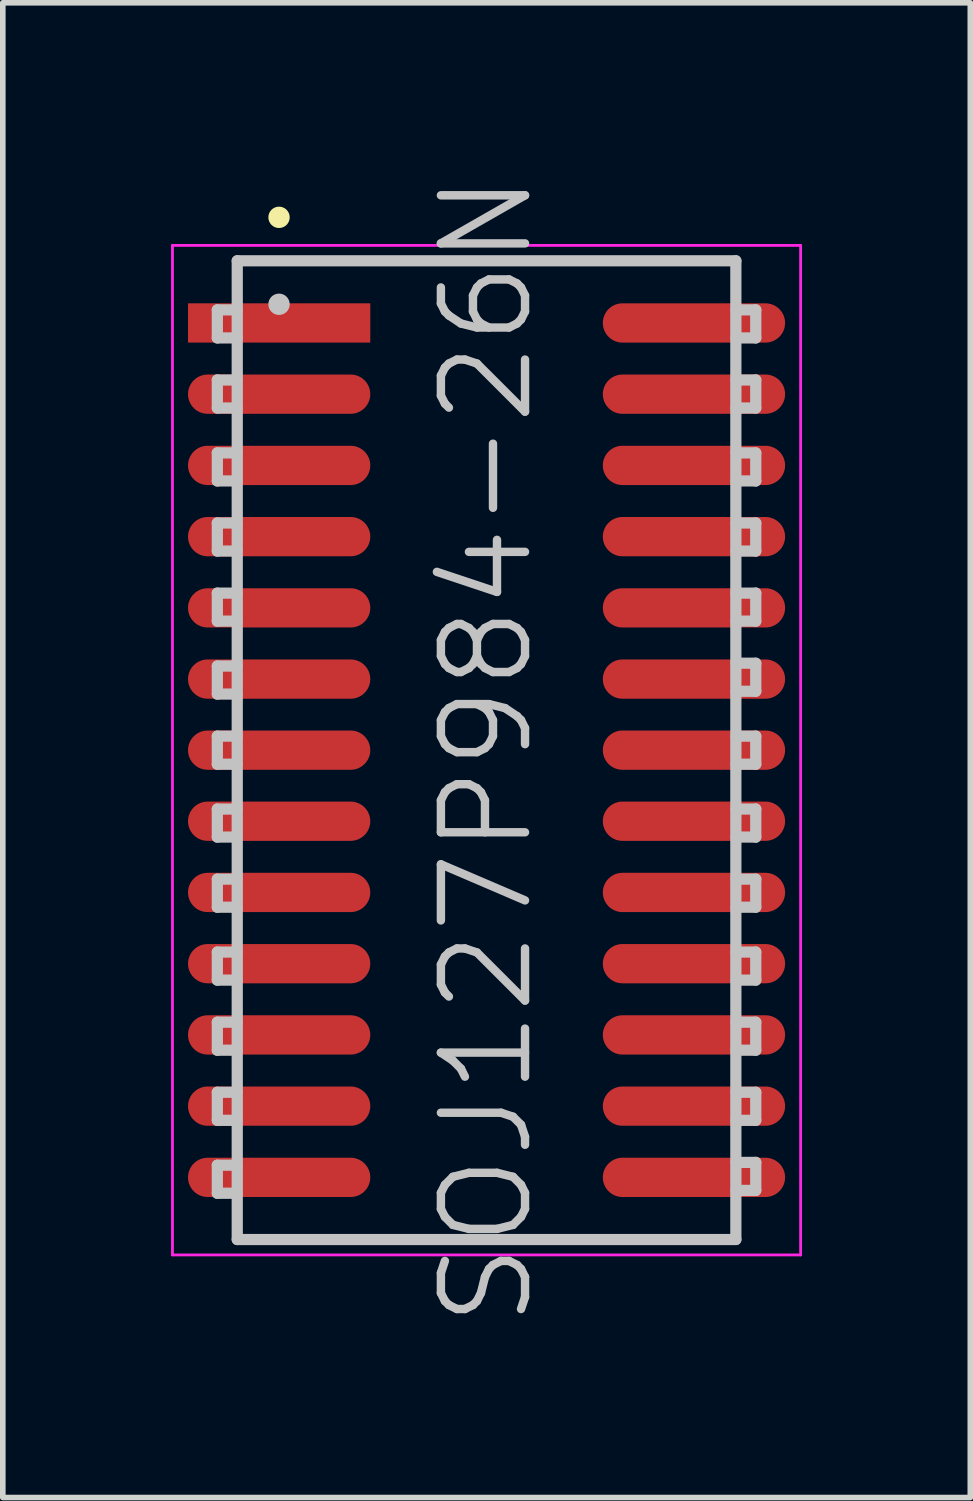
<source format=kicad_pcb>
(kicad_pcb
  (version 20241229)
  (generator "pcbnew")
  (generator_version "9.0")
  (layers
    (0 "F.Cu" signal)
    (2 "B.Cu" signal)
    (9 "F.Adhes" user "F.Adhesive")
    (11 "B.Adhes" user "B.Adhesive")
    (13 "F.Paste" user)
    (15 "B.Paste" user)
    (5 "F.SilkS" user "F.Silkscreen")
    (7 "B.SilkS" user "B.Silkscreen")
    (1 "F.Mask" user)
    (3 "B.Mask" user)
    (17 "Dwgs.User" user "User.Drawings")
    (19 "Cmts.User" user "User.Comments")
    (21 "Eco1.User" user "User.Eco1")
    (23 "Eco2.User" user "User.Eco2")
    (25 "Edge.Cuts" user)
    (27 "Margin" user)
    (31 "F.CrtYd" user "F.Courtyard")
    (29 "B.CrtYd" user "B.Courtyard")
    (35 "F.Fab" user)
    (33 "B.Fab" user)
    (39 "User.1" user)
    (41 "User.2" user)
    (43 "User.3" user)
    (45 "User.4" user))
  (footprint "SOJ127P984-26N"
    (layer "F.Cu")
    (at 5.625 10.325)
    (property "Reference" "SOJ127P984-26N" (at 0 0 90) (layer "Dwgs.User") (effects (font (size 1.5 1.5) (thickness 0.15))))
    (attr smd)
    (fp_line (start -3.7 -9.5) (end -3.7 -9.5) (stroke (width 0.381) (type solid)) (layer "F.SilkS"))
    (fp_line (start -4.8 -7.85) (end -4.8 -7.35) (stroke (width 0.2) (type solid)) (layer "Dwgs.User"))
    (fp_line (start -4.8 -7.35) (end -4.45 -7.35) (stroke (width 0.2) (type solid)) (layer "Dwgs.User"))
    (fp_line (start -4.8 -6.6) (end -4.8 -6.1) (stroke (width 0.2) (type solid)) (layer "Dwgs.User"))
    (fp_line (start -4.8 -6.1) (end -4.45 -6.1) (stroke (width 0.2) (type solid)) (layer "Dwgs.User"))
    (fp_line (start -4.8 -5.3) (end -4.8 -4.8) (stroke (width 0.2) (type solid)) (layer "Dwgs.User"))
    (fp_line (start -4.8 -4.8) (end -4.45 -4.8) (stroke (width 0.2) (type solid)) (layer "Dwgs.User"))
    (fp_line (start -4.8 -4.05) (end -4.8 -3.55) (stroke (width 0.2) (type solid)) (layer "Dwgs.User"))
    (fp_line (start -4.8 -3.55) (end -4.45 -3.55) (stroke (width 0.2) (type solid)) (layer "Dwgs.User"))
    (fp_line (start -4.8 -2.8) (end -4.8 -2.3) (stroke (width 0.2) (type solid)) (layer "Dwgs.User"))
    (fp_line (start -4.8 -2.3) (end -4.45 -2.3) (stroke (width 0.2) (type solid)) (layer "Dwgs.User"))
    (fp_line (start -4.8 -1.5) (end -4.8 -1) (stroke (width 0.2) (type solid)) (layer "Dwgs.User"))
    (fp_line (start -4.8 -1) (end -4.45 -1) (stroke (width 0.2) (type solid)) (layer "Dwgs.User"))
    (fp_line (start -4.8 -0.25) (end -4.8 0.25) (stroke (width 0.2) (type solid)) (layer "Dwgs.User"))
    (fp_line (start -4.8 0.25) (end -4.45 0.25) (stroke (width 0.2) (type solid)) (layer "Dwgs.User"))
    (fp_line (start -4.8 1.05) (end -4.8 1.55) (stroke (width 0.2) (type solid)) (layer "Dwgs.User"))
    (fp_line (start -4.8 1.55) (end -4.45 1.55) (stroke (width 0.2) (type solid)) (layer "Dwgs.User"))
    (fp_line (start -4.8 2.3) (end -4.8 2.8) (stroke (width 0.2) (type solid)) (layer "Dwgs.User"))
    (fp_line (start -4.8 2.8) (end -4.45 2.8) (stroke (width 0.2) (type solid)) (layer "Dwgs.User"))
    (fp_line (start -4.8 3.6) (end -4.8 4.1) (stroke (width 0.2) (type solid)) (layer "Dwgs.User"))
    (fp_line (start -4.8 4.1) (end -4.45 4.1) (stroke (width 0.2) (type solid)) (layer "Dwgs.User"))
    (fp_line (start -4.8 4.85) (end -4.8 5.35) (stroke (width 0.2) (type solid)) (layer "Dwgs.User"))
    (fp_line (start -4.8 5.35) (end -4.45 5.35) (stroke (width 0.2) (type solid)) (layer "Dwgs.User"))
    (fp_line (start -4.8 6.1) (end -4.8 6.6) (stroke (width 0.2) (type solid)) (layer "Dwgs.User"))
    (fp_line (start -4.8 6.6) (end -4.45 6.6) (stroke (width 0.2) (type solid)) (layer "Dwgs.User"))
    (fp_line (start -4.8 7.4) (end -4.8 7.9) (stroke (width 0.2) (type solid)) (layer "Dwgs.User"))
    (fp_line (start -4.8 7.9) (end -4.45 7.9) (stroke (width 0.2) (type solid)) (layer "Dwgs.User"))
    (fp_line (start -4.45 -7.85) (end -4.8 -7.85) (stroke (width 0.2) (type solid)) (layer "Dwgs.User"))
    (fp_line (start -4.45 -6.6) (end -4.8 -6.6) (stroke (width 0.2) (type solid)) (layer "Dwgs.User"))
    (fp_line (start -4.45 -5.3) (end -4.8 -5.3) (stroke (width 0.2) (type solid)) (layer "Dwgs.User"))
    (fp_line (start -4.45 -4.05) (end -4.8 -4.05) (stroke (width 0.2) (type solid)) (layer "Dwgs.User"))
    (fp_line (start -4.45 -2.8) (end -4.8 -2.8) (stroke (width 0.2) (type solid)) (layer "Dwgs.User"))
    (fp_line (start -4.45 -1.5) (end -4.8 -1.5) (stroke (width 0.2) (type solid)) (layer "Dwgs.User"))
    (fp_line (start -4.45 -0.25) (end -4.8 -0.25) (stroke (width 0.2) (type solid)) (layer "Dwgs.User"))
    (fp_line (start -4.45 1.05) (end -4.8 1.05) (stroke (width 0.2) (type solid)) (layer "Dwgs.User"))
    (fp_line (start -4.45 2.3) (end -4.8 2.3) (stroke (width 0.2) (type solid)) (layer "Dwgs.User"))
    (fp_line (start -4.45 3.6) (end -4.8 3.6) (stroke (width 0.2) (type solid)) (layer "Dwgs.User"))
    (fp_line (start -4.45 4.85) (end -4.8 4.85) (stroke (width 0.2) (type solid)) (layer "Dwgs.User"))
    (fp_line (start -4.45 6.1) (end -4.8 6.1) (stroke (width 0.2) (type solid)) (layer "Dwgs.User"))
    (fp_line (start -4.45 7.4) (end -4.8 7.4) (stroke (width 0.2) (type solid)) (layer "Dwgs.User"))
    (fp_line (start -4.445 -8.725) (end -4.445 8.725) (stroke (width 0.2) (type solid)) (layer "Dwgs.User"))
    (fp_line (start -4.445 -8.725) (end 4.445 -8.725) (stroke (width 0.2) (type solid)) (layer "Dwgs.User"))
    (fp_line (start -4.445 8.725) (end 4.445 8.725) (stroke (width 0.2) (type solid)) (layer "Dwgs.User"))
    (fp_line (start -3.7 -7.95) (end -3.7 -7.95) (stroke (width 0.381) (type solid)) (layer "Dwgs.User"))
    (fp_line (start 4.445 -8.725) (end 4.445 8.725) (stroke (width 0.2) (type solid)) (layer "Dwgs.User"))
    (fp_line (start 4.45 -7.85) (end 4.8 -7.85) (stroke (width 0.2) (type solid)) (layer "Dwgs.User"))
    (fp_line (start 4.45 -6.6) (end 4.8 -6.6) (stroke (width 0.2) (type solid)) (layer "Dwgs.User"))
    (fp_line (start 4.45 -5.3) (end 4.8 -5.3) (stroke (width 0.2) (type solid)) (layer "Dwgs.User"))
    (fp_line (start 4.45 -4.05) (end 4.8 -4.05) (stroke (width 0.2) (type solid)) (layer "Dwgs.User"))
    (fp_line (start 4.45 -2.8) (end 4.8 -2.8) (stroke (width 0.2) (type solid)) (layer "Dwgs.User"))
    (fp_line (start 4.45 -1.55) (end 4.8 -1.55) (stroke (width 0.2) (type solid)) (layer "Dwgs.User"))
    (fp_line (start 4.45 -0.25) (end 4.8 -0.25) (stroke (width 0.2) (type solid)) (layer "Dwgs.User"))
    (fp_line (start 4.45 1.05) (end 4.8 1.05) (stroke (width 0.2) (type solid)) (layer "Dwgs.User"))
    (fp_line (start 4.45 2.3) (end 4.8 2.3) (stroke (width 0.2) (type solid)) (layer "Dwgs.User"))
    (fp_line (start 4.45 3.6) (end 4.8 3.6) (stroke (width 0.2) (type solid)) (layer "Dwgs.User"))
    (fp_line (start 4.45 4.85) (end 4.8 4.85) (stroke (width 0.2) (type solid)) (layer "Dwgs.User"))
    (fp_line (start 4.45 6.1) (end 4.8 6.1) (stroke (width 0.2) (type solid)) (layer "Dwgs.User"))
    (fp_line (start 4.45 7.35) (end 4.8 7.35) (stroke (width 0.2) (type solid)) (layer "Dwgs.User"))
    (fp_line (start 4.8 -7.85) (end 4.8 -7.35) (stroke (width 0.2) (type solid)) (layer "Dwgs.User"))
    (fp_line (start 4.8 -7.35) (end 4.45 -7.35) (stroke (width 0.2) (type solid)) (layer "Dwgs.User"))
    (fp_line (start 4.8 -6.6) (end 4.8 -6.1) (stroke (width 0.2) (type solid)) (layer "Dwgs.User"))
    (fp_line (start 4.8 -6.1) (end 4.45 -6.1) (stroke (width 0.2) (type solid)) (layer "Dwgs.User"))
    (fp_line (start 4.8 -5.3) (end 4.8 -4.8) (stroke (width 0.2) (type solid)) (layer "Dwgs.User"))
    (fp_line (start 4.8 -4.8) (end 4.45 -4.8) (stroke (width 0.2) (type solid)) (layer "Dwgs.User"))
    (fp_line (start 4.8 -4.05) (end 4.8 -3.55) (stroke (width 0.2) (type solid)) (layer "Dwgs.User"))
    (fp_line (start 4.8 -3.55) (end 4.45 -3.55) (stroke (width 0.2) (type solid)) (layer "Dwgs.User"))
    (fp_line (start 4.8 -2.8) (end 4.8 -2.3) (stroke (width 0.2) (type solid)) (layer "Dwgs.User"))
    (fp_line (start 4.8 -2.3) (end 4.45 -2.3) (stroke (width 0.2) (type solid)) (layer "Dwgs.User"))
    (fp_line (start 4.8 -1.55) (end 4.8 -1.05) (stroke (width 0.2) (type solid)) (layer "Dwgs.User"))
    (fp_line (start 4.8 -1.05) (end 4.45 -1.05) (stroke (width 0.2) (type solid)) (layer "Dwgs.User"))
    (fp_line (start 4.8 -0.25) (end 4.8 0.25) (stroke (width 0.2) (type solid)) (layer "Dwgs.User"))
    (fp_line (start 4.8 0.25) (end 4.45 0.25) (stroke (width 0.2) (type solid)) (layer "Dwgs.User"))
    (fp_line (start 4.8 1.05) (end 4.8 1.55) (stroke (width 0.2) (type solid)) (layer "Dwgs.User"))
    (fp_line (start 4.8 1.55) (end 4.45 1.55) (stroke (width 0.2) (type solid)) (layer "Dwgs.User"))
    (fp_line (start 4.8 2.3) (end 4.8 2.8) (stroke (width 0.2) (type solid)) (layer "Dwgs.User"))
    (fp_line (start 4.8 2.8) (end 4.45 2.8) (stroke (width 0.2) (type solid)) (layer "Dwgs.User"))
    (fp_line (start 4.8 3.6) (end 4.8 4.1) (stroke (width 0.2) (type solid)) (layer "Dwgs.User"))
    (fp_line (start 4.8 4.1) (end 4.45 4.1) (stroke (width 0.2) (type solid)) (layer "Dwgs.User"))
    (fp_line (start 4.8 4.85) (end 4.8 5.35) (stroke (width 0.2) (type solid)) (layer "Dwgs.User"))
    (fp_line (start 4.8 5.35) (end 4.45 5.35) (stroke (width 0.2) (type solid)) (layer "Dwgs.User"))
    (fp_line (start 4.8 6.1) (end 4.8 6.6) (stroke (width 0.2) (type solid)) (layer "Dwgs.User"))
    (fp_line (start 4.8 6.6) (end 4.45 6.6) (stroke (width 0.2) (type solid)) (layer "Dwgs.User"))
    (fp_line (start 4.8 7.35) (end 4.8 7.85) (stroke (width 0.2) (type solid)) (layer "Dwgs.User"))
    (fp_line (start 4.8 7.85) (end 4.45 7.85) (stroke (width 0.2) (type solid)) (layer "Dwgs.User"))
    (fp_line (start -5.6 -9) (end -5.6 9) (stroke (width 0.05) (type solid)) (layer "F.CrtYd"))
    (fp_line (start -5.6 -9) (end 5.6 -9) (stroke (width 0.05) (type solid)) (layer "F.CrtYd"))
    (fp_line (start -5.6 9) (end 5.6 9) (stroke (width 0.05) (type solid)) (layer "F.CrtYd"))
    (fp_line (start 5.6 -9) (end 5.6 9) (stroke (width 0.05) (type solid)) (layer "F.CrtYd"))
    (pad "1" smd rect (at -3.698 -7.617 90) (size 0.7 3.25) (layers "F.Cu" "F.Mask" "F.Paste"))
    (pad "2" smd oval (at -3.698 -6.347 90) (size 0.7 3.25) (layers "F.Cu" "F.Mask" "F.Paste"))
    (pad "3" smd oval (at -3.698 -5.077 90) (size 0.7 3.25) (layers "F.Cu" "F.Mask" "F.Paste"))
    (pad "4" smd oval (at -3.698 -3.807 90) (size 0.7 3.25) (layers "F.Cu" "F.Mask" "F.Paste"))
    (pad "5" smd oval (at -3.698 -2.537 90) (size 0.7 3.25) (layers "F.Cu" "F.Mask" "F.Paste"))
    (pad "6" smd oval (at -3.698 -1.267 90) (size 0.7 3.25) (layers "F.Cu" "F.Mask" "F.Paste"))
    (pad "7" smd oval (at -3.698 0 90) (size 0.7 3.25) (layers "F.Cu" "F.Mask" "F.Paste"))
    (pad "8" smd oval (at -3.698 1.267 90) (size 0.7 3.25) (layers "F.Cu" "F.Mask" "F.Paste"))
    (pad "9" smd oval (at -3.698 2.537 90) (size 0.7 3.25) (layers "F.Cu" "F.Mask" "F.Paste"))
    (pad "10" smd oval (at -3.698 3.807 90) (size 0.7 3.25) (layers "F.Cu" "F.Mask" "F.Paste"))
    (pad "11" smd oval (at -3.698 5.077 90) (size 0.7 3.25) (layers "F.Cu" "F.Mask" "F.Paste"))
    (pad "12" smd oval (at -3.698 6.347 90) (size 0.7 3.25) (layers "F.Cu" "F.Mask" "F.Paste"))
    (pad "13" smd oval (at -3.698 7.617 90) (size 0.7 3.25) (layers "F.Cu" "F.Mask" "F.Paste"))
    (pad "14" smd oval (at 3.698 7.617 270) (size 0.7 3.25) (layers "F.Cu" "F.Mask" "F.Paste"))
    (pad "15" smd oval (at 3.698 6.347 270) (size 0.7 3.25) (layers "F.Cu" "F.Mask" "F.Paste"))
    (pad "16" smd oval (at 3.698 5.077 270) (size 0.7 3.25) (layers "F.Cu" "F.Mask" "F.Paste"))
    (pad "17" smd oval (at 3.698 3.807 270) (size 0.7 3.25) (layers "F.Cu" "F.Mask" "F.Paste"))
    (pad "18" smd oval (at 3.698 2.537 270) (size 0.7 3.25) (layers "F.Cu" "F.Mask" "F.Paste"))
    (pad "19" smd oval (at 3.698 1.267 270) (size 0.7 3.25) (layers "F.Cu" "F.Mask" "F.Paste"))
    (pad "20" smd oval (at 3.698 0 270) (size 0.7 3.25) (layers "F.Cu" "F.Mask" "F.Paste"))
    (pad "21" smd oval (at 3.698 -1.267 270) (size 0.7 3.25) (layers "F.Cu" "F.Mask" "F.Paste"))
    (pad "22" smd oval (at 3.698 -2.537 270) (size 0.7 3.25) (layers "F.Cu" "F.Mask" "F.Paste"))
    (pad "23" smd oval (at 3.698 -3.807 270) (size 0.7 3.25) (layers "F.Cu" "F.Mask" "F.Paste"))
    (pad "24" smd oval (at 3.698 -5.077 270) (size 0.7 3.25) (layers "F.Cu" "F.Mask" "F.Paste"))
    (pad "25" smd oval (at 3.698 -6.347 270) (size 0.7 3.25) (layers "F.Cu" "F.Mask" "F.Paste"))
    (pad "26" smd oval (at 3.698 -7.617 270) (size 0.7 3.25) (layers "F.Cu" "F.Mask" "F.Paste")))
  (gr_rect
    (start -3 -3)
    (end 14.25 23.65)
    (stroke (width 0.1) (type default))
    (fill no)
    (layer "Edge.Cuts")))
</source>
